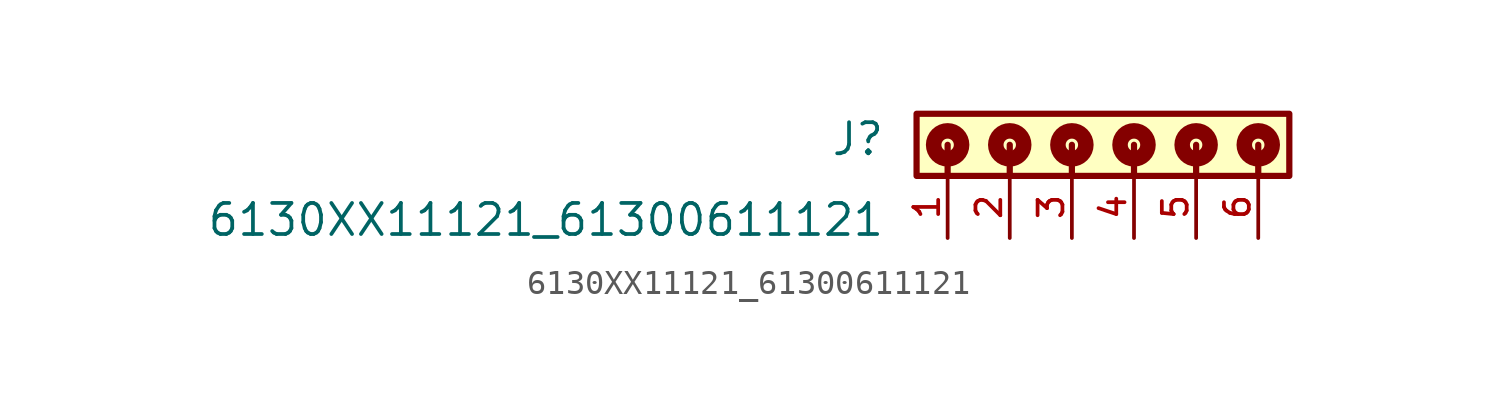
<source format=kicad_sym>
(kicad_symbol_lib
  (version 20211014)
  (generator kicad_symbol_editor)
  (symbol "6130XX11121_61300611121"
    (pin_names
      (offset 1.016))
    (property "Reference" "J"
      (at -7.62 -1.778 0)
      (effects (font (size 1.27 1.27)) (justify bottom right)))
    (property "Value" "6130XX11121_61300611121"
      (at -7.62 -5.08 0)
      (effects (font (size 1.27 1.27)) (justify bottom right)))
    (symbol "6130XX11121_61300611121_0_0"
      (polyline (pts (xy -5.08 -1.27) (xy -5.08 -2.54)) (stroke (width 0.254)))
      (polyline (pts (xy -2.54 -1.27) (xy -2.54 -2.54)) (stroke (width 0.254)))
      (polyline (pts (xy 0.0 -1.27) (xy 0.0 -2.54)) (stroke (width 0.254)))
      (polyline (pts (xy 2.54 -1.27) (xy 2.54 -2.54)) (stroke (width 0.254)))
      (polyline (pts (xy 5.08 -1.27) (xy 5.08 -2.54)) (stroke (width 0.254)))
      (polyline (pts (xy 7.62 -1.27) (xy 7.62 -2.54)) (stroke (width 0.254)))
      (circle (center -5.08 -1.27) (radius 0.254) (stroke (width 0.635)) (fill (type none)))
      (circle (center -2.54 -1.27) (radius 0.254) (stroke (width 0.635)) (fill (type none)))
      (circle (center 0.0 -1.27) (radius 0.254) (stroke (width 0.635)) (fill (type none)))
      (circle (center 2.54 -1.27) (radius 0.254) (stroke (width 0.635)) (fill (type none)))
      (circle (center 5.08 -1.27) (radius 0.254) (stroke (width 0.635)) (fill (type none)))
      (circle (center 7.62 -1.27) (radius 0.254) (stroke (width 0.635)) (fill (type none)))
      (rectangle (start -6.35 -2.54) (end 8.89 0.0) (stroke (width 0.254)) (fill (type background)))
      (pin passive line (at -5.08 -5.08 90.0) (length 2.54) (name "~" (effects (font (size 1.016 1.016)))) (number "1" (effects (font (size 1.016 1.016)))))
      (pin passive line (at -2.54 -5.08 90.0) (length 2.54) (name "~" (effects (font (size 1.016 1.016)))) (number "2" (effects (font (size 1.016 1.016)))))
      (pin passive line (at 0.0 -5.08 90.0) (length 2.54) (name "~" (effects (font (size 1.016 1.016)))) (number "3" (effects (font (size 1.016 1.016)))))
      (pin passive line (at 2.54 -5.08 90.0) (length 2.54) (name "~" (effects (font (size 1.016 1.016)))) (number "4" (effects (font (size 1.016 1.016)))))
      (pin passive line (at 5.08 -5.08 90.0) (length 2.54) (name "~" (effects (font (size 1.016 1.016)))) (number "5" (effects (font (size 1.016 1.016)))))
      (pin passive line (at 7.62 -5.08 90.0) (length 2.54) (name "~" (effects (font (size 1.016 1.016)))) (number "6" (effects (font (size 1.016 1.016))))))))
</source>
